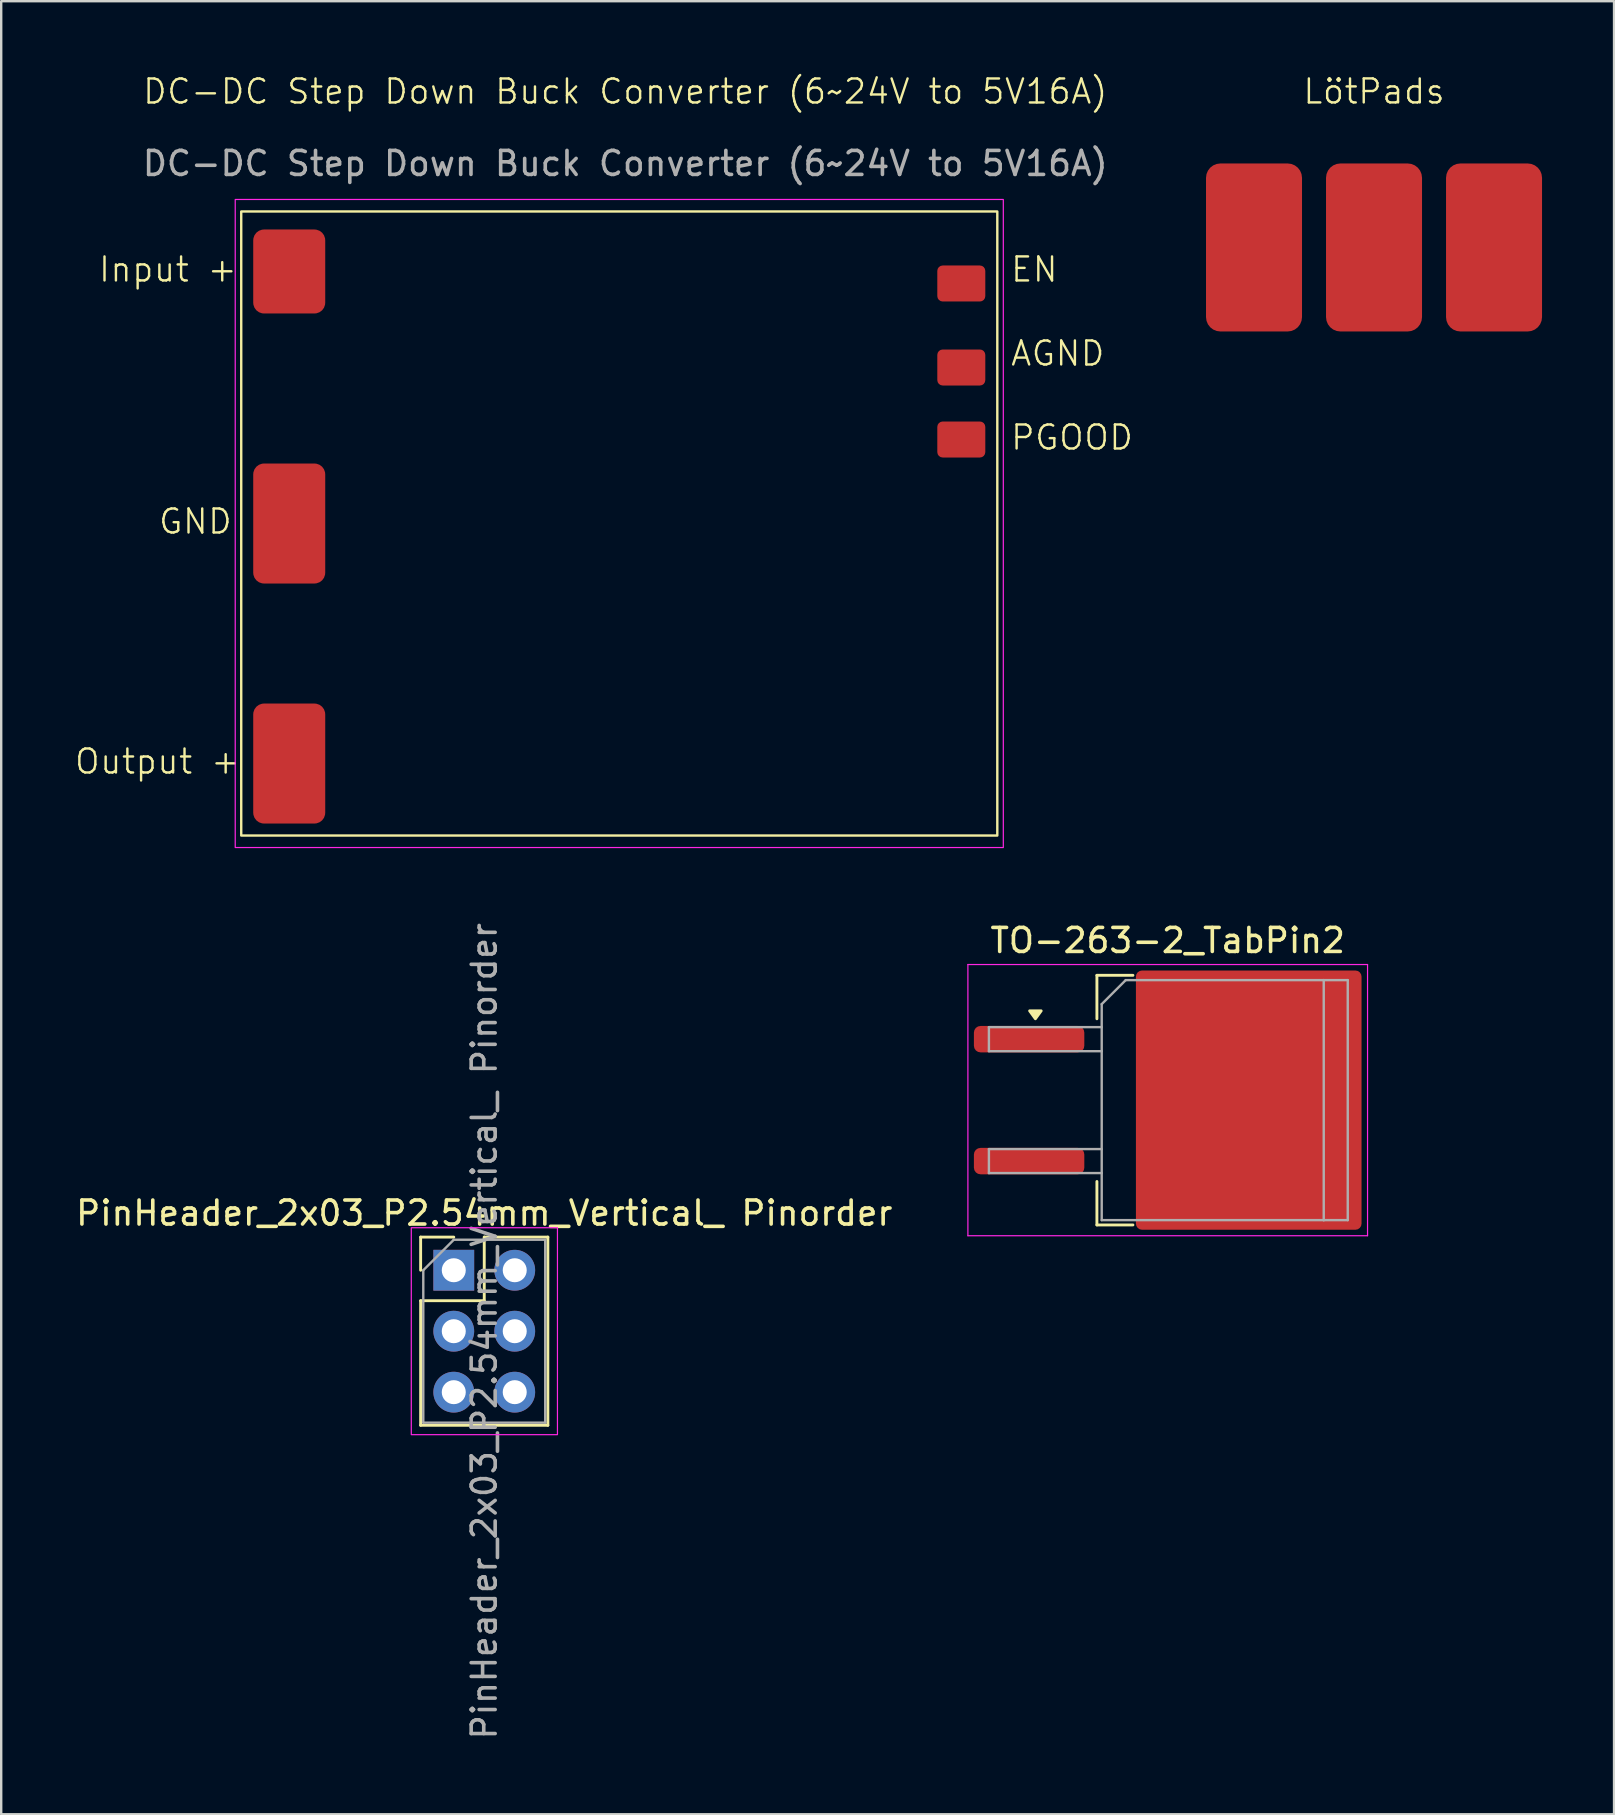
<source format=kicad_pcb>
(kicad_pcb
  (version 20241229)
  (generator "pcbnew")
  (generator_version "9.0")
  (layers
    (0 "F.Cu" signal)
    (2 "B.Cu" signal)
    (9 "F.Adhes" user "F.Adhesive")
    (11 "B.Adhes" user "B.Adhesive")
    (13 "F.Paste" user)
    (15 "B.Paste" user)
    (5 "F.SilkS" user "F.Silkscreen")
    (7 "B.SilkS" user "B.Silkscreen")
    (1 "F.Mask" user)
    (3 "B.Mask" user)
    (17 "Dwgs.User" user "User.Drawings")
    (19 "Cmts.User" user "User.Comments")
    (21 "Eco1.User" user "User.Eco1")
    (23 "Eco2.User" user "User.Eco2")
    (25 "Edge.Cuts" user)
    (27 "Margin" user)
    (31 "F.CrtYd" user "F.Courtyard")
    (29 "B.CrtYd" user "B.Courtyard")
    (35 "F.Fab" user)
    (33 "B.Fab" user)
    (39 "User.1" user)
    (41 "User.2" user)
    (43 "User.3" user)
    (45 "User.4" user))
  (footprint "DC-DC Step Down Buck Converter (6~24V to 5V16A)"
    (layer "F.Cu")
    (at 22.75 18.761)
    (property "Reference" "DC-DC Step Down Buck Converter (6~24V to 5V16A)" (at 0.25 -18 0) (unlocked yes) (layer "F.SilkS") (effects (font (size 1 1) (thickness 0.1))))
    (attr smd)
    (fp_rect (start -15.75 -13) (end 15.75 13) (stroke (width 0.1) (type solid)) (fill no) (layer "F.SilkS"))
    (fp_rect (start -16 -13.5) (end 16 13.5) (stroke (width 0.05) (type default)) (fill no) (layer "F.CrtYd"))
    (fp_text user "Output +" (at -22.75 10.5 0) (unlocked yes) (layer "F.SilkS") (effects (font (size 1 1) (thickness 0.1)) (justify left bottom)))
    (fp_text user "GND" (at -19.25 0.5 0) (unlocked yes) (layer "F.SilkS") (effects (font (size 1 1) (thickness 0.1)) (justify left bottom)))
    (fp_text user "EN" (at 16.25 -10 0) (unlocked yes) (layer "F.SilkS") (effects (font (size 1 1) (thickness 0.1)) (justify left bottom)))
    (fp_text user "PGOOD" (at 16.25 -3 0) (unlocked yes) (layer "F.SilkS") (effects (font (size 1 1) (thickness 0.1)) (justify left bottom)))
    (fp_text user "AGND" (at 16.25 -6.5 0) (unlocked yes) (layer "F.SilkS") (effects (font (size 1 1) (thickness 0.1)) (justify left bottom)))
    (fp_text user "Input +" (at -21.75 -10 0) (unlocked yes) (layer "F.SilkS") (effects (font (size 1 1) (thickness 0.1)) (justify left bottom)))
    (fp_text user "${REFERENCE}" (at 0.25 -15 0) (unlocked yes) (layer "F.Fab") (effects (font (size 1 1) (thickness 0.15))))
    (pad "1" smd roundrect (at -13.75 -10.5) (size 3 3.5) (layers "F.Cu" "F.Mask" "F.Paste" "Eco2.User") (roundrect_rratio 0.15))
    (pad "2" smd roundrect (at -13.75 0) (size 3 5) (layers "F.Cu" "F.Mask" "F.Paste") (roundrect_rratio 0.15))
    (pad "3" smd roundrect (at -13.75 10) (size 3 5) (layers "F.Cu" "F.Mask" "F.Paste") (roundrect_rratio 0.15))
    (pad "4" smd roundrect (at 14.25 -10) (size 2 1.5) (layers "F.Cu" "F.Mask" "F.Paste") (roundrect_rratio 0.15))
    (pad "5" smd roundrect (at 14.25 -6.5) (size 2 1.5) (layers "F.Cu" "F.Mask" "F.Paste") (roundrect_rratio 0.15))
    (pad "6" smd roundrect (at 14.25 -3.5) (size 2 1.5) (layers "F.Cu" "F.Mask" "F.Paste") (roundrect_rratio 0.15)))
  (footprint "TO-263-2_TabPin2"
    (layer "F.Cu")
    (at 47.475 42.784)
    (property "Reference" "TO-263-2_TabPin2" (at -1.875 -6.65 0) (layer "F.SilkS") (effects (font (size 1 1) (thickness 0.15))))
    (attr smd)
    (fp_line (start -4.825 -5.2) (end -4.825 -3.39) (stroke (width 0.12) (type solid)) (layer "F.SilkS"))
    (fp_line (start -4.825 5.2) (end -4.825 3.39) (stroke (width 0.12) (type solid)) (layer "F.SilkS"))
    (fp_line (start -3.325 -5.2) (end -4.825 -5.2) (stroke (width 0.12) (type solid)) (layer "F.SilkS"))
    (fp_line (start -3.325 5.2) (end -4.825 5.2) (stroke (width 0.12) (type solid)) (layer "F.SilkS"))
    (fp_poly (pts (xy -7.388 -3.39) (xy -7.628 -3.72) (xy -7.147 -3.72) (xy -7.388 -3.39)) (stroke (width 0.12) (type solid)) (fill yes) (layer "F.SilkS"))
    (fp_line (start -10.2 -5.65) (end -10.2 5.65) (stroke (width 0.05) (type solid)) (layer "F.CrtYd"))
    (fp_line (start -10.2 5.65) (end 6.45 5.65) (stroke (width 0.05) (type solid)) (layer "F.CrtYd"))
    (fp_line (start 6.45 -5.65) (end -10.2 -5.65) (stroke (width 0.05) (type solid)) (layer "F.CrtYd"))
    (fp_line (start 6.45 5.65) (end 6.45 -5.65) (stroke (width 0.05) (type solid)) (layer "F.CrtYd"))
    (fp_line (start -9.325 -3.04) (end -9.325 -2.04) (stroke (width 0.1) (type solid)) (layer "F.Fab"))
    (fp_line (start -9.325 -2.04) (end -4.625 -2.04) (stroke (width 0.1) (type solid)) (layer "F.Fab"))
    (fp_line (start -9.325 2.04) (end -9.325 3.04) (stroke (width 0.1) (type solid)) (layer "F.Fab"))
    (fp_line (start -9.325 3.04) (end -4.625 3.04) (stroke (width 0.1) (type solid)) (layer "F.Fab"))
    (fp_line (start -4.625 -4) (end -3.625 -5) (stroke (width 0.1) (type solid)) (layer "F.Fab"))
    (fp_line (start -4.625 -3.04) (end -9.325 -3.04) (stroke (width 0.1) (type solid)) (layer "F.Fab"))
    (fp_line (start -4.625 2.04) (end -9.325 2.04) (stroke (width 0.1) (type solid)) (layer "F.Fab"))
    (fp_line (start -4.625 5) (end -4.625 -4) (stroke (width 0.1) (type solid)) (layer "F.Fab"))
    (fp_line (start -3.625 -5) (end 4.625 -5) (stroke (width 0.1) (type solid)) (layer "F.Fab"))
    (fp_line (start 4.625 -5) (end 4.625 5) (stroke (width 0.1) (type solid)) (layer "F.Fab"))
    (fp_line (start 4.625 -5) (end 5.625 -5) (stroke (width 0.1) (type solid)) (layer "F.Fab"))
    (fp_line (start 4.625 5) (end -4.625 5) (stroke (width 0.1) (type solid)) (layer "F.Fab"))
    (fp_line (start 5.625 -5) (end 5.625 5) (stroke (width 0.1) (type solid)) (layer "F.Fab"))
    (fp_line (start 5.625 5) (end 4.625 5) (stroke (width 0.1) (type solid)) (layer "F.Fab"))
    (pad "" smd roundrect (at -0.925 -2.775) (size 4.55 5.25) (layers "F.Paste") (roundrect_rratio 0.055))
    (pad "" smd roundrect (at -0.925 2.775) (size 4.55 5.25) (layers "F.Paste") (roundrect_rratio 0.055))
    (pad "" smd roundrect (at 3.925 -2.775) (size 4.55 5.25) (layers "F.Paste") (roundrect_rratio 0.055))
    (pad "" smd roundrect (at 3.925 2.775) (size 4.55 5.25) (layers "F.Paste") (roundrect_rratio 0.055))
    (pad "1" smd roundrect (at -7.65 -2.54) (size 4.6 1.1) (layers "F.Cu" "F.Mask" "F.Paste") (roundrect_rratio 0.25))
    (pad "2" smd roundrect (at -7.65 2.54) (size 4.6 1.1) (layers "F.Cu" "F.Mask" "F.Paste") (roundrect_rratio 0.25))
    (pad "2" smd roundrect (at 1.5 0) (size 9.4 10.8) (layers "F.Cu" "F.Mask") (roundrect_rratio 0.027)))
  (footprint "LötPads"
    (layer "F.Cu")
    (at 54.195 1.26)
    (property "Reference" "LötPads" (at 0 -0.5 0) (unlocked yes) (layer "F.SilkS") (effects (font (size 1 1) (thickness 0.1))))
    (attr smd)
    (pad "1" smd roundrect (at -5 6) (size 4 7) (layers "F.Cu" "F.Mask" "F.Paste") (roundrect_rratio 0.15))
    (pad "2" smd roundrect (at 0 6) (size 4 7) (layers "F.Cu" "F.Mask" "F.Paste") (roundrect_rratio 0.15))
    (pad "3" smd roundrect (at 5 6) (size 4 7) (layers "F.Cu" "F.Mask" "F.Paste") (roundrect_rratio 0.15)))
  (footprint "PinHeader_2x03_P2.54mm_Vertical_ Pinorder"
    (layer "F.Cu")
    (at 15.855 49.871)
    (property "Reference" "PinHeader_2x03_P2.54mm_Vertical_ Pinorder" (at 1.27 -2.38 0) (layer "F.SilkS") (effects (font (size 1 1) (thickness 0.15))))
    (attr through_hole)
    (fp_line (start -1.38 -1.38) (end 0 -1.38) (stroke (width 0.12) (type solid)) (layer "F.SilkS"))
    (fp_line (start -1.38 0) (end -1.38 -1.38) (stroke (width 0.12) (type solid)) (layer "F.SilkS"))
    (fp_line (start -1.38 1.27) (end -1.38 6.46) (stroke (width 0.12) (type solid)) (layer "F.SilkS"))
    (fp_line (start -1.38 1.27) (end 1.27 1.27) (stroke (width 0.12) (type solid)) (layer "F.SilkS"))
    (fp_line (start -1.38 6.46) (end 3.92 6.46) (stroke (width 0.12) (type solid)) (layer "F.SilkS"))
    (fp_line (start 1.27 -1.38) (end 3.92 -1.38) (stroke (width 0.12) (type solid)) (layer "F.SilkS"))
    (fp_line (start 1.27 1.27) (end 1.27 -1.38) (stroke (width 0.12) (type solid)) (layer "F.SilkS"))
    (fp_line (start 3.92 -1.38) (end 3.92 6.46) (stroke (width 0.12) (type solid)) (layer "F.SilkS"))
    (fp_rect (start -1.77 -1.77) (end 4.32 6.85) (stroke (width 0.05) (type solid)) (fill no) (layer "F.CrtYd"))
    (fp_line (start -1.27 0) (end 0 -1.27) (stroke (width 0.1) (type solid)) (layer "F.Fab"))
    (fp_line (start -1.27 6.35) (end -1.27 0) (stroke (width 0.1) (type solid)) (layer "F.Fab"))
    (fp_line (start 0 -1.27) (end 3.81 -1.27) (stroke (width 0.1) (type solid)) (layer "F.Fab"))
    (fp_line (start 3.81 -1.27) (end 3.81 6.35) (stroke (width 0.1) (type solid)) (layer "F.Fab"))
    (fp_line (start 3.81 6.35) (end -1.27 6.35) (stroke (width 0.1) (type solid)) (layer "F.Fab"))
    (fp_text user "${REFERENCE}" (at 1.27 2.54 90) (layer "F.Fab") (effects (font (size 1 1) (thickness 0.15))))
    (pad "1" thru_hole rect (at 0 0) (size 1.7 1.7) (drill 1) (layers "*.Cu" "*.Mask"))
    (pad "2" thru_hole circle (at 0 2.54) (size 1.7 1.7) (drill 1) (layers "*.Cu" "*.Mask" "Eco1.User"))
    (pad "3" thru_hole circle (at 0 5.08) (size 1.7 1.7) (drill 1) (layers "*.Cu" "*.Mask"))
    (pad "4" thru_hole circle (at 2.54 0) (size 1.7 1.7) (drill 1) (layers "*.Cu" "*.Mask"))
    (pad "5" thru_hole circle (at 2.54 2.54) (size 1.7 1.7) (drill 1) (layers "*.Cu" "*.Mask"))
    (pad "6" thru_hole circle (at 2.54 5.08) (size 1.7 1.7) (drill 1) (layers "*.Cu" "*.Mask")))
  (gr_rect
    (start -3 -3)
    (end 64.195 72.536)
    (stroke (width 0.1) (type default))
    (fill no)
    (layer "Edge.Cuts")))
</source>
